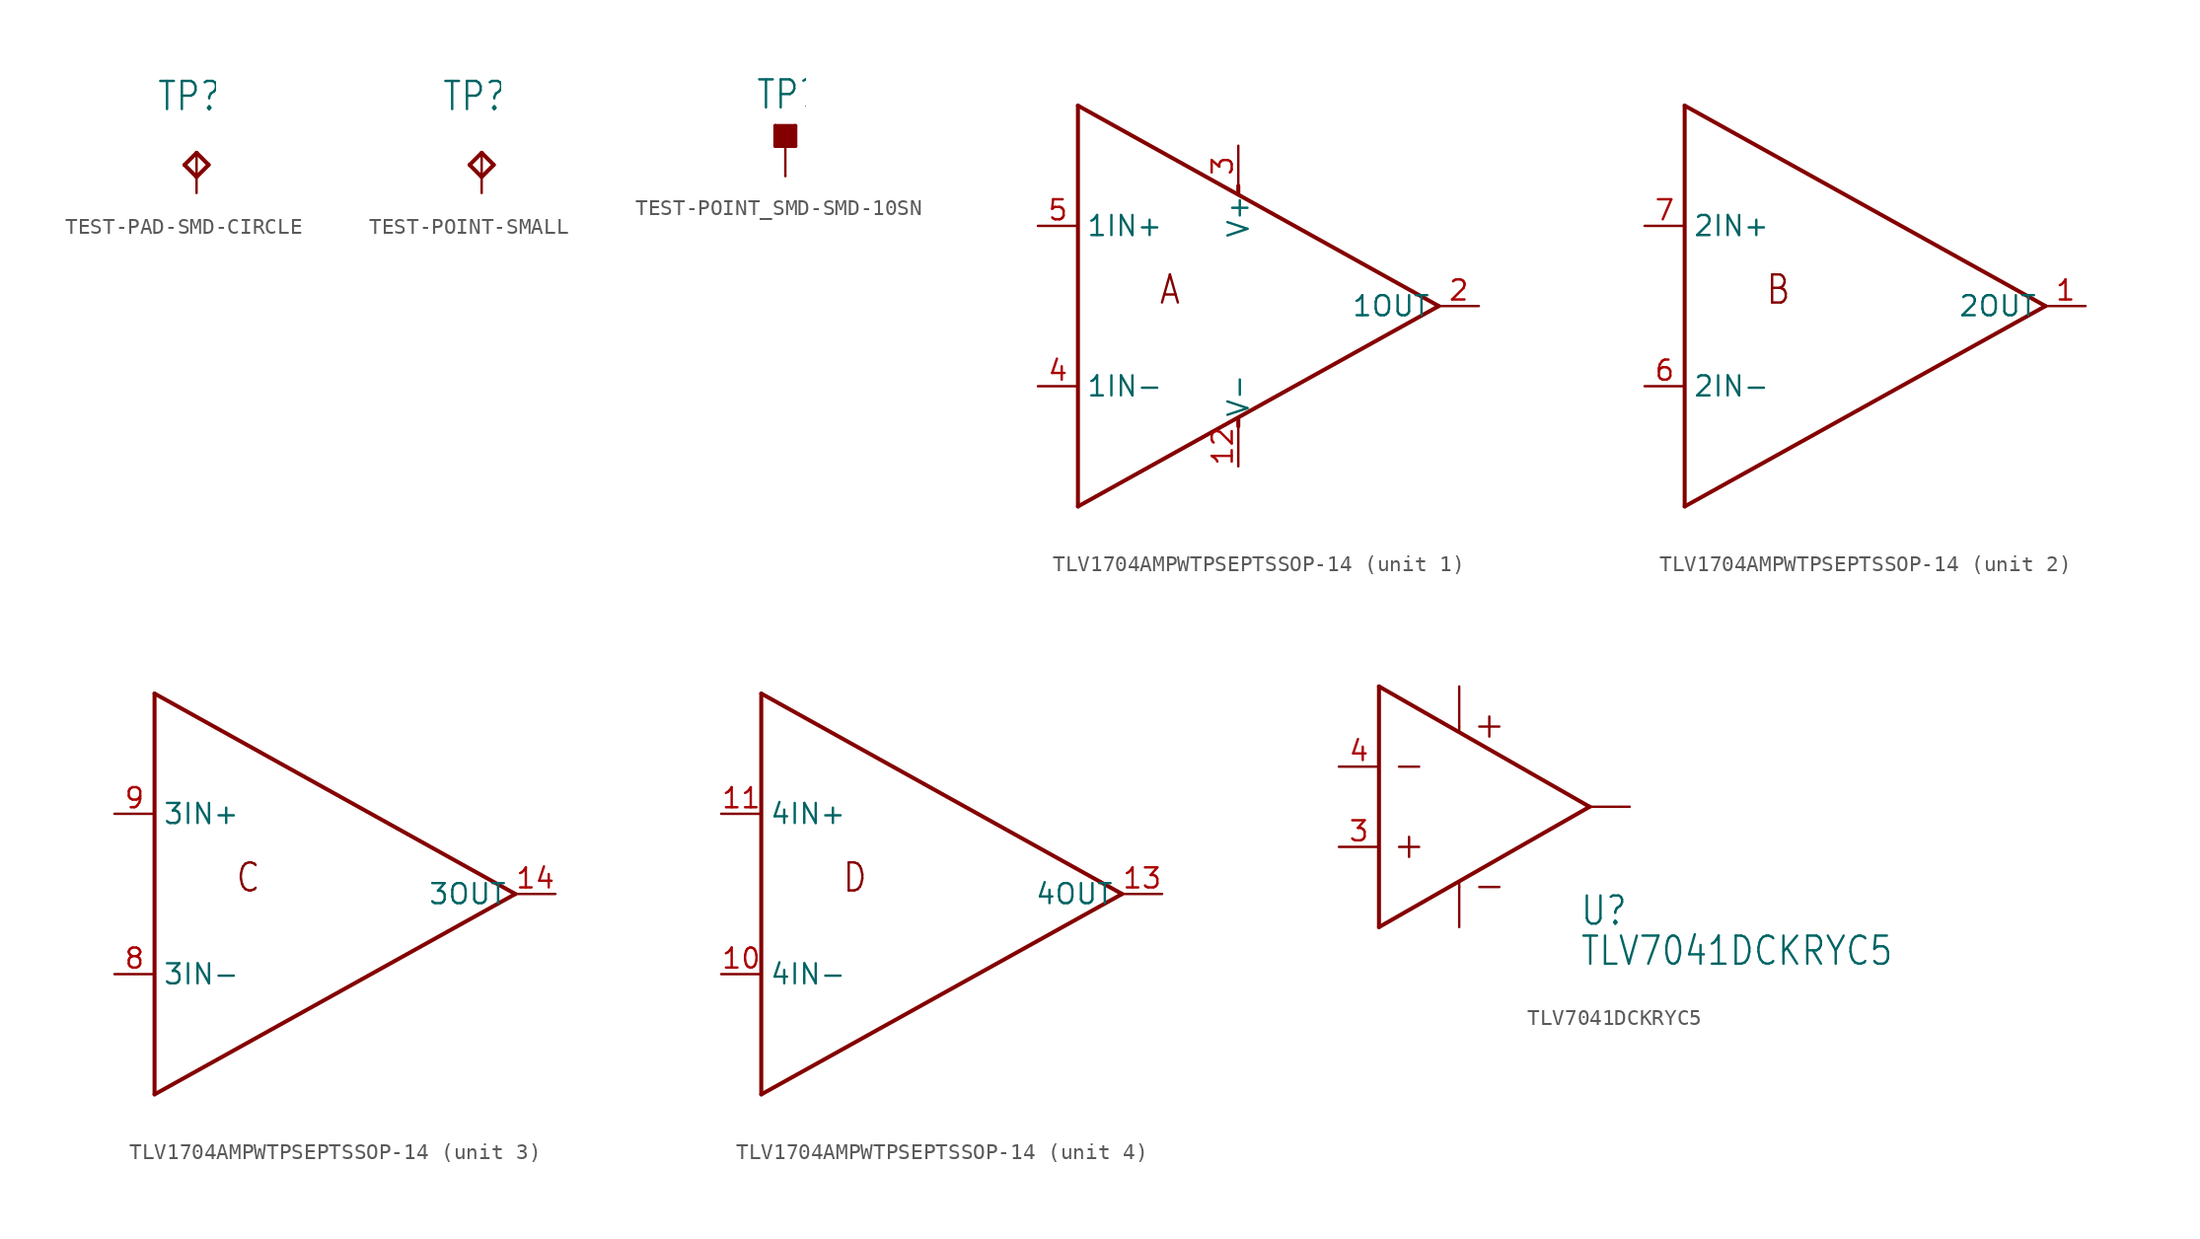
<source format=kicad_sym>
(kicad_symbol_lib
  (version 20211014)
  (generator kicad_symbol_editor)
  (symbol "TEST-PAD-SMD-CIRCLE"
    (property "Reference" "TP"
      (at -2.54 2.54 0)
      (effects (font (size 1.778 1.511)) (justify left bottom)))
    (property "ki_locked" ""
      (at 0 0 0)
      (effects (font (size 1.27 1.27))))
    (symbol "TEST-PAD-SMD-CIRCLE_1_0"
      (polyline (pts (xy -0.762 -0.762) (xy 0 0)) (stroke (width 0.254) (type default) (color 0 0 0 0)) (fill (type none)))
      (polyline (pts (xy 0 -1.524) (xy -0.762 -0.762)) (stroke (width 0.254) (type default) (color 0 0 0 0)) (fill (type none)))
      (polyline (pts (xy 0 0) (xy 0.762 -0.762)) (stroke (width 0.254) (type default) (color 0 0 0 0)) (fill (type none)))
      (polyline (pts (xy 0.762 -0.762) (xy 0 -1.524)) (stroke (width 0.254) (type default) (color 0 0 0 0)) (fill (type none)))
      (pin input line (at 0 -2.54 90) (length 2.54) (name "TP" (effects (font (size 0 0)))) (number "TP" (effects (font (size 0 0)))))))
  (symbol "TEST-POINT-SMALL"
    (property "Reference" "TP"
      (at -2.54 2.54 0)
      (effects (font (size 1.778 1.511)) (justify left bottom)))
    (property "ki_locked" ""
      (at 0 0 0)
      (effects (font (size 1.27 1.27))))
    (symbol "TEST-POINT-SMALL_1_0"
      (polyline (pts (xy -0.762 -0.762) (xy 0 0)) (stroke (width 0.254) (type default) (color 0 0 0 0)) (fill (type none)))
      (polyline (pts (xy 0 -1.524) (xy -0.762 -0.762)) (stroke (width 0.254) (type default) (color 0 0 0 0)) (fill (type none)))
      (polyline (pts (xy 0 0) (xy 0.762 -0.762)) (stroke (width 0.254) (type default) (color 0 0 0 0)) (fill (type none)))
      (polyline (pts (xy 0.762 -0.762) (xy 0 -1.524)) (stroke (width 0.254) (type default) (color 0 0 0 0)) (fill (type none)))
      (pin input line (at 0 -2.54 90) (length 2.54) (name "TP" (effects (font (size 0 0)))) (number "TP" (effects (font (size 0 0)))))))
  (symbol "TEST-POINT_SMD-SMD-10SN"
    (property "Reference" "TP"
      (at -1.905 1.587 0)
      (effects (font (size 1.778 1.511)) (justify left bottom)))
    (property "ki_locked" ""
      (at 0 0 0)
      (effects (font (size 1.27 1.27))))
    (symbol "TEST-POINT_SMD-SMD-10SN_1_0"
      (rectangle (start -0.635 -0.635) (end 0.635 0.635) (stroke (width 0) (type default) (color 0 0 0 0)) (fill (type outline)))
      (polyline (pts (xy -0.635 -0.635) (xy -0.635 0.635)) (stroke (width 0.254) (type default) (color 0 0 0 0)) (fill (type none)))
      (polyline (pts (xy -0.635 0.635) (xy 0.635 0.635)) (stroke (width 0.254) (type default) (color 0 0 0 0)) (fill (type none)))
      (polyline (pts (xy 0 -0.635) (xy -0.635 -0.635)) (stroke (width 0.254) (type default) (color 0 0 0 0)) (fill (type none)))
      (polyline (pts (xy 0 -0.635) (xy 0 -2.54)) (stroke (width 0.152) (type default) (color 0 0 0 0)) (fill (type none)))
      (polyline (pts (xy 0.635 -0.635) (xy 0 -0.635)) (stroke (width 0.254) (type default) (color 0 0 0 0)) (fill (type none)))
      (polyline (pts (xy 0.635 0.635) (xy 0.635 -0.635)) (stroke (width 0.254) (type default) (color 0 0 0 0)) (fill (type none)))
      (pin passive line (at 0 -2.54 90) (length 0) (name "TP" (effects (font (size 0 0)))) (number "TP" (effects (font (size 0 0)))))))
  (symbol "TLV1704AMPWTPSEPTSSOP-14"
    (property "Reference" "U"
      (at -10.16 20.32 0)
      (effects (font (size 1.778 1.511)) (justify left bottom) hide))
    (property "ki_locked" ""
      (at 0 0 0)
      (effects (font (size 1.27 1.27))))
    (symbol "TLV1704AMPWTPSEPTSSOP-14_1_0"
      (polyline (pts (xy -10.16 -12.7) (xy -10.16 12.7)) (stroke (width 0.254) (type default) (color 0 0 0 0)) (fill (type none)))
      (polyline (pts (xy -10.16 12.7) (xy 12.7 0)) (stroke (width 0.254) (type default) (color 0 0 0 0)) (fill (type none)))
      (polyline (pts (xy 0 -7.62) (xy 0 -7.112)) (stroke (width 0.254) (type default) (color 0 0 0 0)) (fill (type none)))
      (polyline (pts (xy 0 7.62) (xy 0 7.112)) (stroke (width 0.254) (type default) (color 0 0 0 0)) (fill (type none)))
      (polyline (pts (xy 12.7 0) (xy -10.16 -12.7)) (stroke (width 0.254) (type default) (color 0 0 0 0)) (fill (type none)))
      (text "A" (at -5.08 0 0) (effects (font (size 1.778 1.511)) (justify left bottom)))
      (pin power_in line (at 0 -10.16 90) (length 2.54) (name "V-" (effects (font (size 1.27 1.27)))) (number "12" (effects (font (size 1.27 1.27)))))
      (pin passive line (at 15.24 0 180) (length 2.54) (name "1OUT" (effects (font (size 1.27 1.27)))) (number "2" (effects (font (size 1.27 1.27)))))
      (pin power_in line (at 0 10.16 270) (length 2.54) (name "V+" (effects (font (size 1.27 1.27)))) (number "3" (effects (font (size 1.27 1.27)))))
      (pin input line (at -12.7 -5.08 0) (length 2.54) (name "1IN-" (effects (font (size 1.27 1.27)))) (number "4" (effects (font (size 1.27 1.27)))))
      (pin input line (at -12.7 5.08 0) (length 2.54) (name "1IN+" (effects (font (size 1.27 1.27)))) (number "5" (effects (font (size 1.27 1.27))))))
    (symbol "TLV1704AMPWTPSEPTSSOP-14_2_0"
      (polyline (pts (xy -10.16 -12.7) (xy -10.16 12.7)) (stroke (width 0.254) (type default) (color 0 0 0 0)) (fill (type none)))
      (polyline (pts (xy -10.16 12.7) (xy 12.7 0)) (stroke (width 0.254) (type default) (color 0 0 0 0)) (fill (type none)))
      (polyline (pts (xy 12.7 0) (xy -10.16 -12.7)) (stroke (width 0.254) (type default) (color 0 0 0 0)) (fill (type none)))
      (text "B" (at -5.08 0 0) (effects (font (size 1.778 1.511)) (justify left bottom)))
      (pin passive line (at 15.24 0 180) (length 2.54) (name "2OUT" (effects (font (size 1.27 1.27)))) (number "1" (effects (font (size 1.27 1.27)))))
      (pin input line (at -12.7 -5.08 0) (length 2.54) (name "2IN-" (effects (font (size 1.27 1.27)))) (number "6" (effects (font (size 1.27 1.27)))))
      (pin input line (at -12.7 5.08 0) (length 2.54) (name "2IN+" (effects (font (size 1.27 1.27)))) (number "7" (effects (font (size 1.27 1.27))))))
    (symbol "TLV1704AMPWTPSEPTSSOP-14_3_0"
      (polyline (pts (xy -10.16 -12.7) (xy -10.16 12.7)) (stroke (width 0.254) (type default) (color 0 0 0 0)) (fill (type none)))
      (polyline (pts (xy -10.16 12.7) (xy 12.7 0)) (stroke (width 0.254) (type default) (color 0 0 0 0)) (fill (type none)))
      (polyline (pts (xy 12.7 0) (xy -10.16 -12.7)) (stroke (width 0.254) (type default) (color 0 0 0 0)) (fill (type none)))
      (text "C" (at -5.08 0 0) (effects (font (size 1.778 1.511)) (justify left bottom)))
      (pin passive line (at 15.24 0 180) (length 2.54) (name "3OUT" (effects (font (size 1.27 1.27)))) (number "14" (effects (font (size 1.27 1.27)))))
      (pin input line (at -12.7 -5.08 0) (length 2.54) (name "3IN-" (effects (font (size 1.27 1.27)))) (number "8" (effects (font (size 1.27 1.27)))))
      (pin input line (at -12.7 5.08 0) (length 2.54) (name "3IN+" (effects (font (size 1.27 1.27)))) (number "9" (effects (font (size 1.27 1.27))))))
    (symbol "TLV1704AMPWTPSEPTSSOP-14_4_0"
      (polyline (pts (xy -10.16 -12.7) (xy -10.16 12.7)) (stroke (width 0.254) (type default) (color 0 0 0 0)) (fill (type none)))
      (polyline (pts (xy -10.16 12.7) (xy 12.7 0)) (stroke (width 0.254) (type default) (color 0 0 0 0)) (fill (type none)))
      (polyline (pts (xy 12.7 0) (xy -10.16 -12.7)) (stroke (width 0.254) (type default) (color 0 0 0 0)) (fill (type none)))
      (text "D" (at -5.08 0 0) (effects (font (size 1.778 1.511)) (justify left bottom)))
      (pin input line (at -12.7 -5.08 0) (length 2.54) (name "4IN-" (effects (font (size 1.27 1.27)))) (number "10" (effects (font (size 1.27 1.27)))))
      (pin input line (at -12.7 5.08 0) (length 2.54) (name "4IN+" (effects (font (size 1.27 1.27)))) (number "11" (effects (font (size 1.27 1.27)))))
      (pin passive line (at 15.24 0 180) (length 2.54) (name "4OUT" (effects (font (size 1.27 1.27)))) (number "13" (effects (font (size 1.27 1.27)))))))
  (symbol "TLV7041DCKRYC5"
    (property "Reference" "U"
      (at 7.62 -7.62 0)
      (effects (font (size 1.778 1.511)) (justify left bottom)))
    (property "Value" "TLV7041DCKRYC5"
      (at 7.62 -10.16 0)
      (effects (font (size 1.778 1.511)) (justify left bottom)))
    (property "ki_locked" ""
      (at 0 0 0)
      (effects (font (size 1.27 1.27))))
    (symbol "TLV7041DCKRYC5_1_0"
      (polyline (pts (xy -5.08 -7.62) (xy 8.255 0)) (stroke (width 0.254) (type default) (color 0 0 0 0)) (fill (type none)))
      (polyline (pts (xy -5.08 7.62) (xy -5.08 -7.62)) (stroke (width 0.254) (type default) (color 0 0 0 0)) (fill (type none)))
      (polyline (pts (xy -3.81 -2.54) (xy -2.54 -2.54)) (stroke (width 0.152) (type default) (color 0 0 0 0)) (fill (type none)))
      (polyline (pts (xy -3.81 2.54) (xy -2.54 2.54)) (stroke (width 0.152) (type default) (color 0 0 0 0)) (fill (type none)))
      (polyline (pts (xy -3.175 -1.905) (xy -3.175 -3.175)) (stroke (width 0.152) (type default) (color 0 0 0 0)) (fill (type none)))
      (polyline (pts (xy 0 -5.08) (xy 0 -4.826)) (stroke (width 0.152) (type default) (color 0 0 0 0)) (fill (type none)))
      (polyline (pts (xy 0 5.08) (xy 0 4.826)) (stroke (width 0.152) (type default) (color 0 0 0 0)) (fill (type none)))
      (polyline (pts (xy 1.27 -5.08) (xy 2.54 -5.08)) (stroke (width 0.152) (type default) (color 0 0 0 0)) (fill (type none)))
      (polyline (pts (xy 1.27 5.08) (xy 2.54 5.08)) (stroke (width 0.152) (type default) (color 0 0 0 0)) (fill (type none)))
      (polyline (pts (xy 1.905 5.715) (xy 1.905 4.445)) (stroke (width 0.152) (type default) (color 0 0 0 0)) (fill (type none)))
      (polyline (pts (xy 8.255 0) (xy -5.08 7.62)) (stroke (width 0.254) (type default) (color 0 0 0 0)) (fill (type none)))
      (pin output line (at 10.795 0 180) (length 2.54) (name "OUT" (effects (font (size 0 0)))) (number "1" (effects (font (size 0 0)))))
      (pin power_in line (at 0 -7.62 90) (length 2.54) (name "VEE" (effects (font (size 0 0)))) (number "2" (effects (font (size 0 0)))))
      (pin input line (at -7.62 -2.54 0) (length 2.54) (name "IN+" (effects (font (size 0 0)))) (number "3" (effects (font (size 1.27 1.27)))))
      (pin input line (at -7.62 2.54 0) (length 2.54) (name "IN-" (effects (font (size 0 0)))) (number "4" (effects (font (size 1.27 1.27)))))
      (pin power_in line (at 0 7.62 270) (length 2.54) (name "VCC" (effects (font (size 0 0)))) (number "5" (effects (font (size 0 0))))))))
</source>
